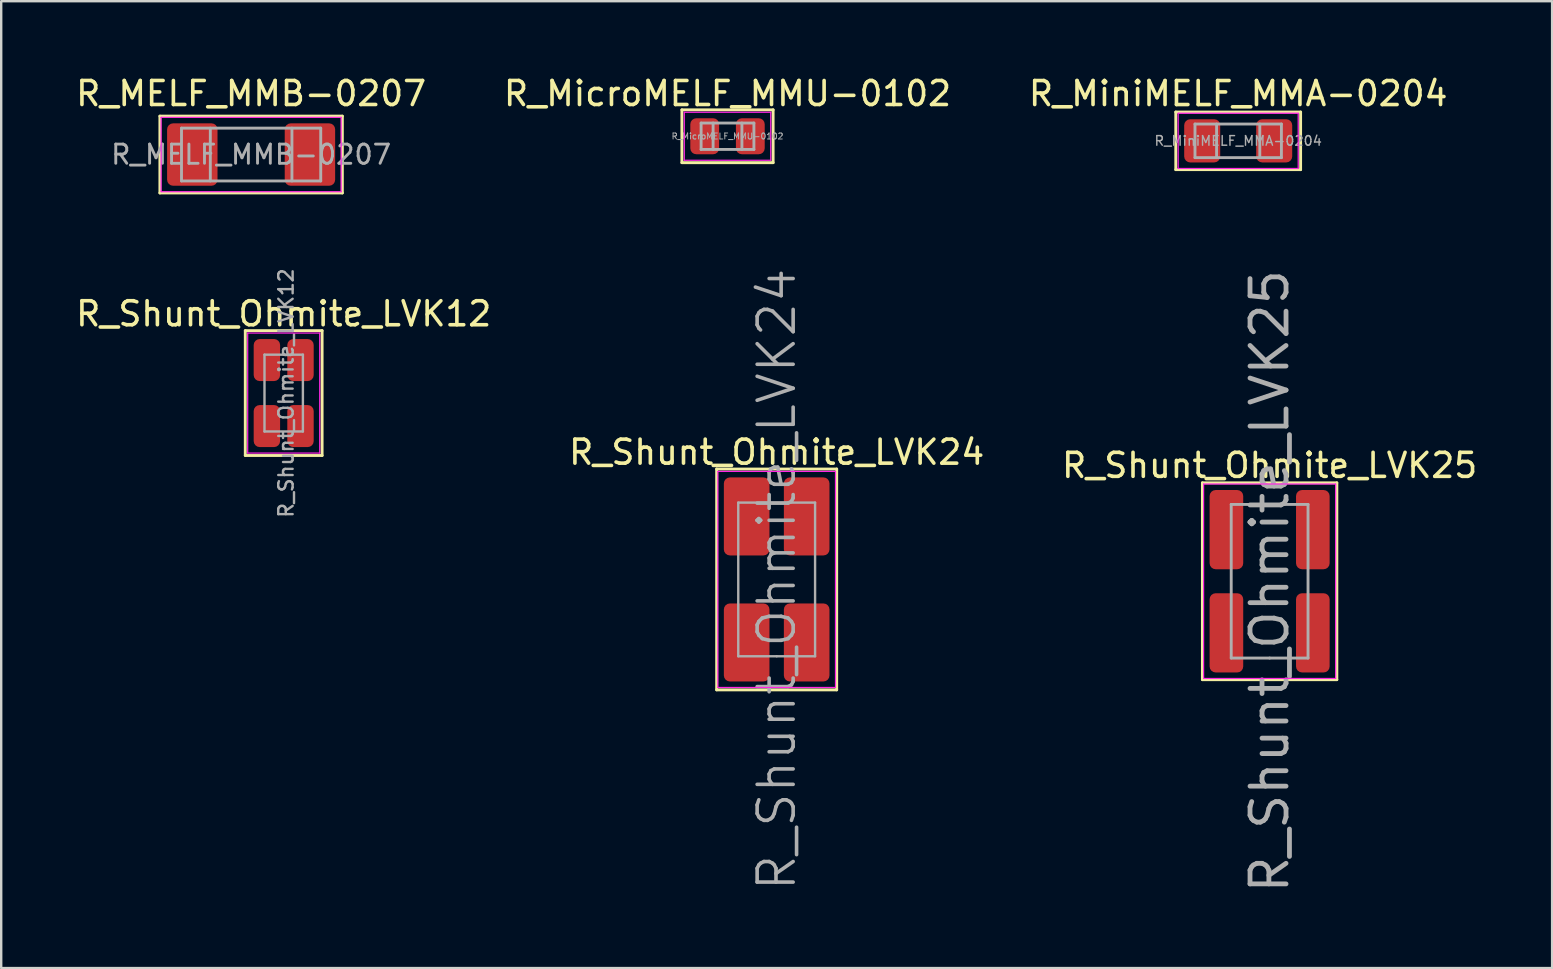
<source format=kicad_pcb>
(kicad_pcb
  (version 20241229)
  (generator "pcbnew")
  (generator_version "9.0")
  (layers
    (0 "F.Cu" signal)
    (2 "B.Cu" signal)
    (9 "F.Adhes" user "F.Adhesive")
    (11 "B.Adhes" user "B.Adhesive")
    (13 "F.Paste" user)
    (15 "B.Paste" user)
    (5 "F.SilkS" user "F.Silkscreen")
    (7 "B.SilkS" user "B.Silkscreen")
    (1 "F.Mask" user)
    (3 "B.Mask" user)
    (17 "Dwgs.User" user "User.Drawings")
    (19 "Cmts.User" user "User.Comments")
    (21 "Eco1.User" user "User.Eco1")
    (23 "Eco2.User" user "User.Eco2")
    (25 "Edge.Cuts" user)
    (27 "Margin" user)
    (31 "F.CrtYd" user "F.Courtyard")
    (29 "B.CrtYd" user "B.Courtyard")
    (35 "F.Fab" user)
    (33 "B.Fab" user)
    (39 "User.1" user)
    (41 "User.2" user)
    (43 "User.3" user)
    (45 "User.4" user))
  (footprint "R_Shunt_Ohmite_LVK24"
    (layer "F.Cu")
    (at 29.304 21.088)
    (property "Reference" "R_Shunt_Ohmite_LVK24" (at 0 -5.3 0) (layer "F.SilkS") (effects (font (size 1 1) (thickness 0.15))))
    (attr smd)
    (fp_line (start -2.5 -4.6) (end 2.5 -4.6) (stroke (width 0.12) (type solid)) (layer "F.SilkS"))
    (fp_line (start -2.5 4.6) (end -2.5 -4.6) (stroke (width 0.12) (type solid)) (layer "F.SilkS"))
    (fp_line (start 2.5 -4.6) (end 2.5 4.6) (stroke (width 0.12) (type solid)) (layer "F.SilkS"))
    (fp_line (start 2.5 4.6) (end -2.5 4.6) (stroke (width 0.12) (type solid)) (layer "F.SilkS"))
    (fp_line (start -2.45 -4.5) (end 2.45 -4.5) (stroke (width 0.05) (type solid)) (layer "F.CrtYd"))
    (fp_line (start -2.45 4.5) (end -2.45 -4.5) (stroke (width 0.05) (type solid)) (layer "F.CrtYd"))
    (fp_line (start 2.45 -4.5) (end 2.45 4.5) (stroke (width 0.05) (type solid)) (layer "F.CrtYd"))
    (fp_line (start 2.45 4.5) (end -2.45 4.5) (stroke (width 0.05) (type solid)) (layer "F.CrtYd"))
    (fp_line (start -1.6 -3.2) (end 1.6 -3.2) (stroke (width 0.1) (type solid)) (layer "F.Fab"))
    (fp_line (start -1.6 3.2) (end -1.6 -3.2) (stroke (width 0.1) (type solid)) (layer "F.Fab"))
    (fp_line (start 0 3.2) (end -1.6 3.2) (stroke (width 0.1) (type solid)) (layer "F.Fab"))
    (fp_line (start 1.6 -3.2) (end 1.6 3.2) (stroke (width 0.1) (type solid)) (layer "F.Fab"))
    (fp_line (start 1.6 3.2) (end 0 3.2) (stroke (width 0.1) (type solid)) (layer "F.Fab"))
    (fp_text user "${REFERENCE}" (at 0 0 90) (layer "F.Fab") (effects (font (size 1.5 1.5) (thickness 0.15))))
    (pad "1" smd roundrect (at -1.25 -2.625) (size 1.9 3.25) (layers "F.Cu" "F.Mask" "F.Paste") (roundrect_rratio 0.132))
    (pad "2" smd roundrect (at 1.25 -2.625) (size 1.9 3.25) (layers "F.Cu" "F.Mask" "F.Paste") (roundrect_rratio 0.132))
    (pad "3" smd roundrect (at 1.25 2.625) (size 1.9 3.25) (layers "F.Cu" "F.Mask" "F.Paste") (roundrect_rratio 0.132))
    (pad "4" smd roundrect (at -1.25 2.625) (size 1.9 3.25) (layers "F.Cu" "F.Mask" "F.Paste") (roundrect_rratio 0.132)))
  (footprint "R_Shunt_Ohmite_LVK25"
    (layer "F.Cu")
    (at 49.839 21.163)
    (property "Reference" "R_Shunt_Ohmite_LVK25" (at 0 -4.826 0) (layer "F.SilkS") (effects (font (size 1 1) (thickness 0.15))))
    (attr smd)
    (fp_line (start -2.8 -4.1) (end -2.8 4.1) (stroke (width 0.12) (type solid)) (layer "F.SilkS"))
    (fp_line (start -2.8 4.1) (end 2.8 4.1) (stroke (width 0.12) (type solid)) (layer "F.SilkS"))
    (fp_line (start 2.8 -4.1) (end -2.8 -4.1) (stroke (width 0.12) (type solid)) (layer "F.SilkS"))
    (fp_line (start 2.8 4.1) (end 2.8 -4.1) (stroke (width 0.12) (type solid)) (layer "F.SilkS"))
    (fp_line (start -2.75 -4.05) (end 2.75 -4.05) (stroke (width 0.05) (type solid)) (layer "F.CrtYd"))
    (fp_line (start -2.75 4.05) (end -2.75 -4.05) (stroke (width 0.05) (type solid)) (layer "F.CrtYd"))
    (fp_line (start 2.75 -4.05) (end 2.75 4.05) (stroke (width 0.05) (type solid)) (layer "F.CrtYd"))
    (fp_line (start 2.75 4.05) (end -2.75 4.05) (stroke (width 0.05) (type solid)) (layer "F.CrtYd"))
    (fp_line (start -1.6 -3.2) (end 1.6 -3.2) (stroke (width 0.12) (type solid)) (layer "F.Fab"))
    (fp_line (start -1.6 3.2) (end -1.6 -3.2) (stroke (width 0.12) (type solid)) (layer "F.Fab"))
    (fp_line (start 0 3.2) (end -1.6 3.2) (stroke (width 0.12) (type solid)) (layer "F.Fab"))
    (fp_line (start 1.6 -3.2) (end 1.6 3.2) (stroke (width 0.12) (type solid)) (layer "F.Fab"))
    (fp_line (start 1.6 3.2) (end 0 3.2) (stroke (width 0.12) (type solid)) (layer "F.Fab"))
    (fp_text user "${REFERENCE}" (at 0 0 90) (layer "F.Fab") (effects (font (size 1.5 1.5) (thickness 0.2))))
    (pad "1" smd roundrect (at -1.8 -2.15) (size 1.4 3.3) (layers "F.Cu" "F.Mask" "F.Paste") (roundrect_rratio 0.179))
    (pad "2" smd roundrect (at -1.8 2.15) (size 1.4 3.3) (layers "F.Cu" "F.Mask" "F.Paste") (roundrect_rratio 0.179))
    (pad "3" smd roundrect (at 1.8 2.15) (size 1.4 3.3) (layers "F.Cu" "F.Mask" "F.Paste") (roundrect_rratio 0.179))
    (pad "4" smd roundrect (at 1.8 -2.15) (size 1.4 3.3) (layers "F.Cu" "F.Mask" "F.Paste") (roundrect_rratio 0.179)))
  (footprint "R_MicroMELF_MMU-0102"
    (layer "F.Cu")
    (at 27.256 2.626)
    (property "Reference" "R_MicroMELF_MMU-0102" (at 0 -1.778 0) (layer "F.SilkS") (effects (font (size 1 1) (thickness 0.15))))
    (attr smd)
    (fp_line (start -1.9 -1.1) (end -1.9 1.1) (stroke (width 0.12) (type solid)) (layer "F.SilkS"))
    (fp_line (start -1.9 1.1) (end 1.9 1.1) (stroke (width 0.12) (type solid)) (layer "F.SilkS"))
    (fp_line (start 1.9 -1.1) (end -1.9 -1.1) (stroke (width 0.12) (type solid)) (layer "F.SilkS"))
    (fp_line (start 1.9 1.1) (end 1.9 -1.1) (stroke (width 0.12) (type solid)) (layer "F.SilkS"))
    (fp_line (start -1.8 -1) (end -1.8 1) (stroke (width 0.05) (type solid)) (layer "F.CrtYd"))
    (fp_line (start -1.8 -1) (end 1.8 -1) (stroke (width 0.05) (type solid)) (layer "F.CrtYd"))
    (fp_line (start 1.8 1) (end -1.8 1) (stroke (width 0.05) (type solid)) (layer "F.CrtYd"))
    (fp_line (start 1.8 1) (end 1.8 -1) (stroke (width 0.05) (type solid)) (layer "F.CrtYd"))
    (fp_line (start -1.1 -0.55) (end 1.1 -0.55) (stroke (width 0.12) (type solid)) (layer "F.Fab"))
    (fp_line (start -1.1 0.55) (end -1.1 -0.55) (stroke (width 0.12) (type solid)) (layer "F.Fab"))
    (fp_line (start -0.6 -0.55) (end -0.6 0.55) (stroke (width 0.12) (type solid)) (layer "F.Fab"))
    (fp_line (start 0.6 -0.55) (end 0.6 0.55) (stroke (width 0.12) (type solid)) (layer "F.Fab"))
    (fp_line (start 1.1 -0.55) (end 1.1 0.55) (stroke (width 0.12) (type solid)) (layer "F.Fab"))
    (fp_line (start 1.1 0.55) (end -1.1 0.55) (stroke (width 0.12) (type solid)) (layer "F.Fab"))
    (fp_text user "${REFERENCE}" (at 0 0 0) (layer "F.Fab") (effects (font (size 0.25 0.25) (thickness 0.04))))
    (pad "1" smd roundrect (at -0.95 0) (size 1.2 1.5) (layers "F.Cu" "F.Mask" "F.Paste") (roundrect_rratio 0.208))
    (pad "2" smd roundrect (at 0.95 0) (size 1.2 1.5) (layers "F.Cu" "F.Mask" "F.Paste") (roundrect_rratio 0.208)))
  (footprint "R_Shunt_Ohmite_LVK12"
    (layer "F.Cu")
    (at 8.768 13.324)
    (property "Reference" "R_Shunt_Ohmite_LVK12" (at 0 -3.302 180) (layer "F.SilkS") (effects (font (size 1 1) (thickness 0.15))))
    (attr smd)
    (fp_line (start -1.6 -2.6) (end -1.6 2.6) (stroke (width 0.12) (type solid)) (layer "F.SilkS"))
    (fp_line (start -1.6 2.6) (end 1.6 2.6) (stroke (width 0.12) (type solid)) (layer "F.SilkS"))
    (fp_line (start 1.6 -2.6) (end -1.6 -2.6) (stroke (width 0.12) (type solid)) (layer "F.SilkS"))
    (fp_line (start 1.6 2.6) (end 1.6 -2.6) (stroke (width 0.12) (type solid)) (layer "F.SilkS"))
    (fp_line (start -1.5 -2.5) (end 1.5 -2.5) (stroke (width 0.05) (type solid)) (layer "F.CrtYd"))
    (fp_line (start -1.5 2.5) (end -1.5 -2.5) (stroke (width 0.05) (type solid)) (layer "F.CrtYd"))
    (fp_line (start 1.5 -2.5) (end 1.5 2.5) (stroke (width 0.05) (type solid)) (layer "F.CrtYd"))
    (fp_line (start 1.5 2.5) (end -1.5 2.5) (stroke (width 0.05) (type solid)) (layer "F.CrtYd"))
    (fp_line (start -0.8 -1.6) (end -0.8 1.6) (stroke (width 0.1) (type solid)) (layer "F.Fab"))
    (fp_line (start -0.8 1.6) (end 0.8 1.6) (stroke (width 0.1) (type solid)) (layer "F.Fab"))
    (fp_line (start 0.8 -1.6) (end -0.8 -1.6) (stroke (width 0.1) (type solid)) (layer "F.Fab"))
    (fp_line (start 0.8 1.6) (end 0.8 -1.6) (stroke (width 0.1) (type solid)) (layer "F.Fab"))
    (fp_text user "${REFERENCE}" (at 0.1 0 90) (layer "F.Fab") (effects (font (size 0.6 0.6) (thickness 0.1))))
    (pad "1" smd roundrect (at -0.7 -1.375) (size 1.1 1.75) (layers "F.Cu" "F.Mask" "F.Paste") (roundrect_rratio 0.227))
    (pad "2" smd roundrect (at 0.7 -1.375) (size 1.1 1.75) (layers "F.Cu" "F.Mask" "F.Paste") (roundrect_rratio 0.227))
    (pad "3" smd roundrect (at 0.7 1.375) (size 1.1 1.75) (layers "F.Cu" "F.Mask" "F.Paste") (roundrect_rratio 0.227))
    (pad "4" smd roundrect (at -0.7 1.375) (size 1.1 1.75) (layers "F.Cu" "F.Mask" "F.Paste") (roundrect_rratio 0.227)))
  (footprint "R_MiniMELF_MMA-0204"
    (layer "F.Cu")
    (at 48.53 2.817)
    (property "Reference" "R_MiniMELF_MMA-0204" (at 0 -1.968 0) (layer "F.SilkS") (effects (font (size 1 1) (thickness 0.15))))
    (attr smd)
    (fp_line (start -2.6 -1.2) (end -2.6 1.2) (stroke (width 0.12) (type solid)) (layer "F.SilkS"))
    (fp_line (start -2.6 1.2) (end 2.6 1.2) (stroke (width 0.12) (type solid)) (layer "F.SilkS"))
    (fp_line (start 2.6 -1.2) (end -2.6 -1.2) (stroke (width 0.12) (type solid)) (layer "F.SilkS"))
    (fp_line (start 2.6 1.2) (end 2.6 -1.2) (stroke (width 0.12) (type solid)) (layer "F.SilkS"))
    (fp_line (start -2.5 -1.15) (end -2.5 1.15) (stroke (width 0.05) (type solid)) (layer "F.CrtYd"))
    (fp_line (start -2.5 -1.15) (end 2.5 -1.15) (stroke (width 0.05) (type solid)) (layer "F.CrtYd"))
    (fp_line (start 2.5 1.15) (end -2.5 1.15) (stroke (width 0.05) (type solid)) (layer "F.CrtYd"))
    (fp_line (start 2.5 1.15) (end 2.5 -1.15) (stroke (width 0.05) (type solid)) (layer "F.CrtYd"))
    (fp_line (start -1.8 -0.7) (end -1.8 0.7) (stroke (width 0.12) (type solid)) (layer "F.Fab"))
    (fp_line (start -1.8 0.7) (end 1.8 0.7) (stroke (width 0.12) (type solid)) (layer "F.Fab"))
    (fp_line (start -0.9 -0.7) (end -0.9 0.7) (stroke (width 0.12) (type solid)) (layer "F.Fab"))
    (fp_line (start 0.9 0.7) (end 0.9 -0.7) (stroke (width 0.12) (type solid)) (layer "F.Fab"))
    (fp_line (start 1.8 -0.7) (end -1.8 -0.7) (stroke (width 0.12) (type solid)) (layer "F.Fab"))
    (fp_line (start 1.8 0.7) (end 1.8 -0.7) (stroke (width 0.12) (type solid)) (layer "F.Fab"))
    (fp_text user "${REFERENCE}" (at 0 0 0) (layer "F.Fab") (effects (font (size 0.4 0.4) (thickness 0.06))))
    (pad "1" smd roundrect (at -1.5 0) (size 1.5 1.8) (layers "F.Cu" "F.Mask" "F.Paste") (roundrect_rratio 0.167))
    (pad "2" smd roundrect (at 1.5 0) (size 1.5 1.8) (layers "F.Cu" "F.Mask" "F.Paste") (roundrect_rratio 0.167)))
  (footprint "R_MELF_MMB-0207"
    (layer "F.Cu")
    (at 7.411 3.388)
    (property "Reference" "R_MELF_MMB-0207" (at 0 -2.54 0) (layer "F.SilkS") (effects (font (size 1 1) (thickness 0.15))))
    (attr smd)
    (fp_line (start -3.8 -1.6) (end -3.8 1.6) (stroke (width 0.12) (type solid)) (layer "F.SilkS"))
    (fp_line (start -3.8 1.6) (end 3.8 1.6) (stroke (width 0.12) (type solid)) (layer "F.SilkS"))
    (fp_line (start 3.8 -1.6) (end -3.8 -1.6) (stroke (width 0.12) (type solid)) (layer "F.SilkS"))
    (fp_line (start 3.8 1.6) (end 3.8 -1.6) (stroke (width 0.12) (type solid)) (layer "F.SilkS"))
    (fp_line (start -3.75 -1.55) (end -3.75 1.55) (stroke (width 0.05) (type solid)) (layer "F.CrtYd"))
    (fp_line (start -3.75 -1.55) (end 3.75 -1.55) (stroke (width 0.05) (type solid)) (layer "F.CrtYd"))
    (fp_line (start 3.75 1.55) (end -3.75 1.55) (stroke (width 0.05) (type solid)) (layer "F.CrtYd"))
    (fp_line (start 3.75 1.55) (end 3.75 -1.55) (stroke (width 0.05) (type solid)) (layer "F.CrtYd"))
    (fp_line (start -2.9 -1.1) (end -2.9 1.1) (stroke (width 0.12) (type solid)) (layer "F.Fab"))
    (fp_line (start -2.9 1.1) (end 2.9 1.1) (stroke (width 0.12) (type solid)) (layer "F.Fab"))
    (fp_line (start -1.7 -1.1) (end -1.7 1.1) (stroke (width 0.12) (type solid)) (layer "F.Fab"))
    (fp_line (start 1.7 -1.1) (end 1.7 1.1) (stroke (width 0.12) (type solid)) (layer "F.Fab"))
    (fp_line (start 2.9 -1.1) (end -2.9 -1.1) (stroke (width 0.12) (type solid)) (layer "F.Fab"))
    (fp_line (start 2.9 1.1) (end 2.9 -1.1) (stroke (width 0.12) (type solid)) (layer "F.Fab"))
    (fp_text user "${REFERENCE}" (at 0 0 0) (layer "F.Fab") (effects (font (size 0.8 0.8) (thickness 0.12))))
    (pad "1" smd roundrect (at -2.45 0) (size 2.1 2.6) (layers "F.Cu" "F.Mask" "F.Paste") (roundrect_rratio 0.119))
    (pad "2" smd roundrect (at 2.45 0) (size 2.1 2.6) (layers "F.Cu" "F.Mask" "F.Paste") (roundrect_rratio 0.119)))
  (gr_rect
    (start -3 -3)
    (end 61.607 37.277)
    (stroke (width 0.1) (type default))
    (fill no)
    (layer "Edge.Cuts")))
</source>
